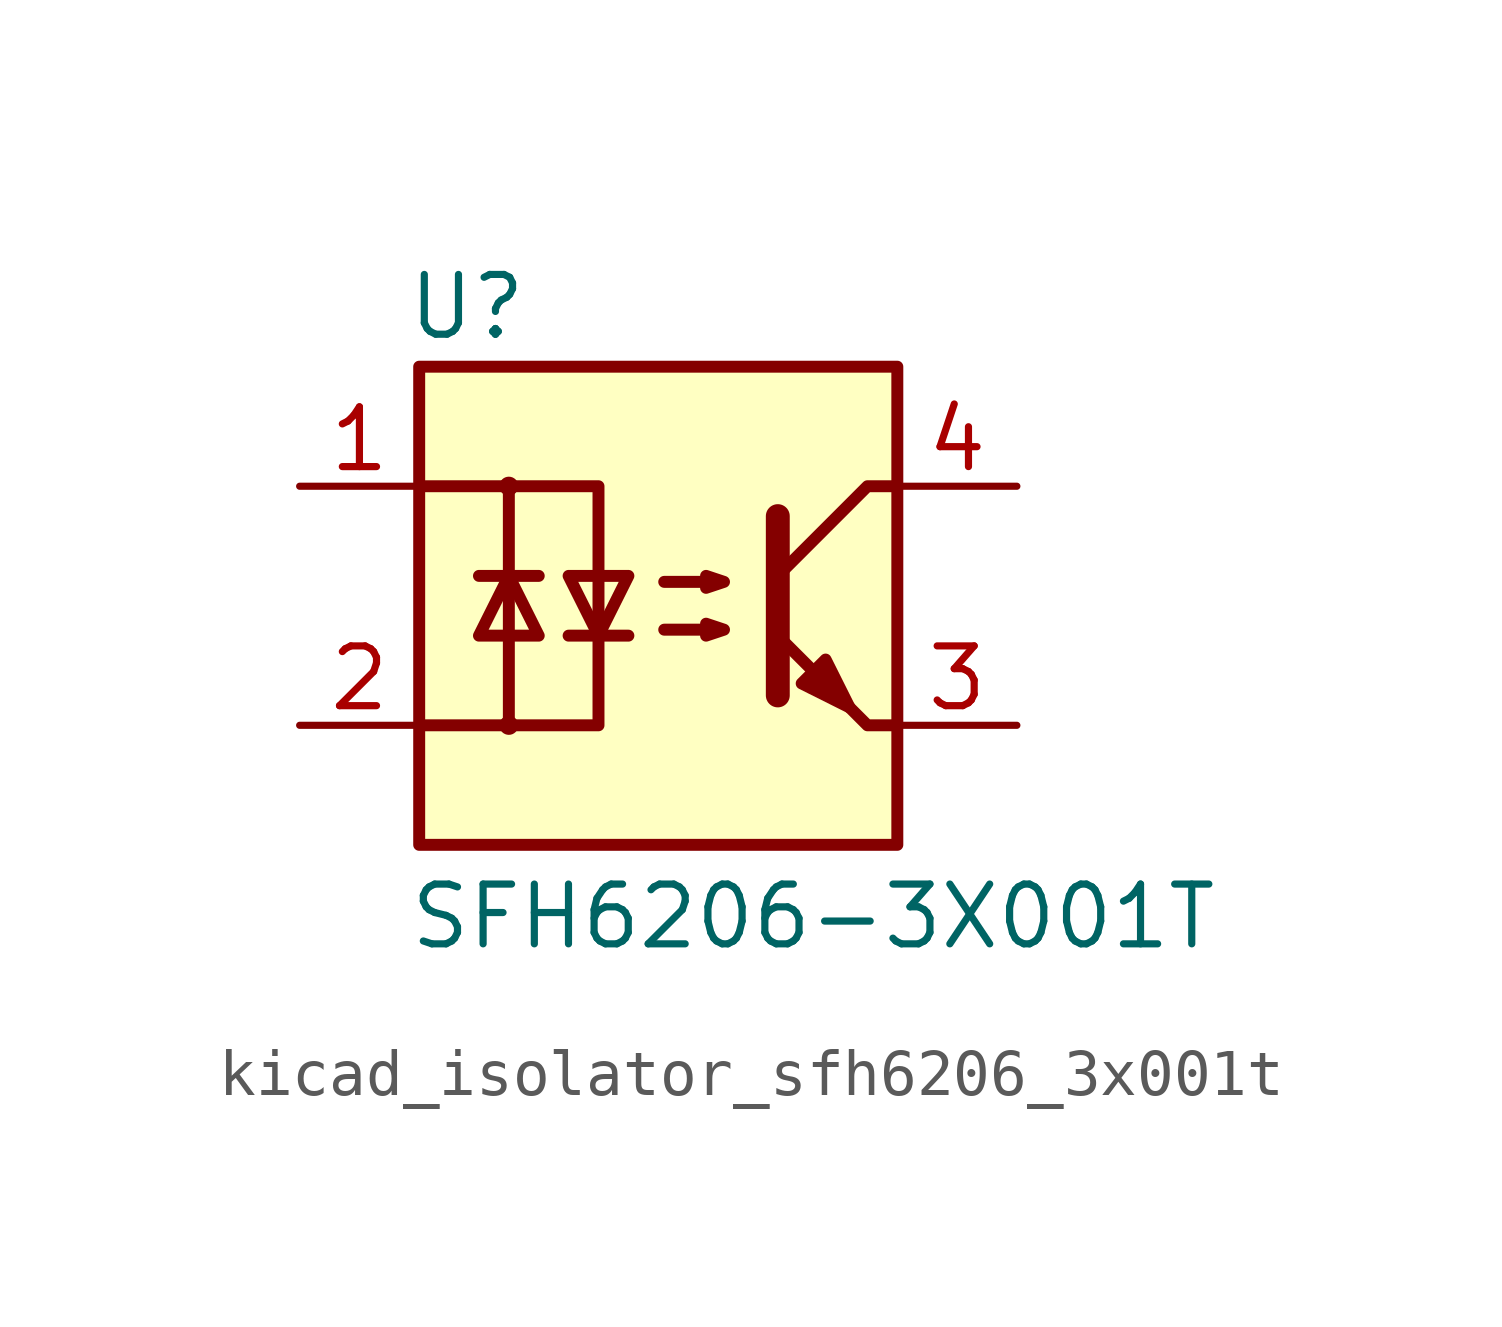
<source format=kicad_sym>
(kicad_symbol_lib
  (version 20220914)
  (generator kicad_symbol_editor)
  (symbol "kicad_isolator_sfh6206_3x001t"
    (pin_names
      (offset 1.016))
    (property "Reference" "U"
      (at -4.064 6.35 0)
      (effects (font (size 1.27 1.27))))
    (property "Value" "SFH6206-3X001T"
      (at -5.334 -6.604 0)
      (effects (font (size 1.27 1.27)) (justify left)))
    (symbol "kicad_isolator_sfh6206_3x001t_1_1"
      (rectangle (start -5.08 5.08) (end 5.08 -5.08) (stroke (width 0.254) (type default)) (fill (type background)))
      (circle (center -3.175 -2.54) (radius 0.127) (stroke (width 0) (type default)) (fill (type none)))
      (circle (center -3.175 2.54) (radius 0.127) (stroke (width 0) (type default)) (fill (type none)))
      (polyline (pts (xy -3.81 0.635) (xy -2.54 0.635)) (stroke (width 0.254) (type default)) (fill (type none)))
      (polyline (pts (xy -1.905 -0.635) (xy -0.635 -0.635)) (stroke (width 0.254) (type default)) (fill (type none)))
      (polyline (pts (xy 2.54 1.905) (xy 2.54 -1.905) (xy 2.54 -1.905)) (stroke (width 0.508) (type default)) (fill (type none)))
      (polyline (pts (xy 5.08 -2.54) (xy 4.445 -2.54) (xy 2.54 -0.635)) (stroke (width 0.254) (type default)) (fill (type none)))
      (polyline (pts (xy 5.08 2.54) (xy 4.445 2.54) (xy 2.54 0.635)) (stroke (width 0.254) (type default)) (fill (type none)))
      (polyline (pts (xy -5.08 2.54) (xy -3.175 2.54) (xy -3.175 -2.54) (xy -5.08 -2.54)) (stroke (width 0.254) (type default)) (fill (type none)))
      (polyline (pts (xy -3.175 -2.54) (xy -1.27 -2.54) (xy -1.27 2.54) (xy -3.175 2.54)) (stroke (width 0.254) (type default)) (fill (type none)))
      (polyline (pts (xy -3.175 0.635) (xy -3.81 -0.635) (xy -2.54 -0.635) (xy -3.175 0.635)) (stroke (width 0.254) (type default)) (fill (type none)))
      (polyline (pts (xy -1.27 -0.635) (xy -1.905 0.635) (xy -0.635 0.635) (xy -1.27 -0.635)) (stroke (width 0.254) (type default)) (fill (type none)))
      (polyline (pts (xy 0.127 -0.508) (xy 1.397 -0.508) (xy 1.016 -0.635) (xy 1.016 -0.381) (xy 1.397 -0.508)) (stroke (width 0.254) (type default)) (fill (type none)))
      (polyline (pts (xy 0.127 0.508) (xy 1.397 0.508) (xy 1.016 0.381) (xy 1.016 0.635) (xy 1.397 0.508)) (stroke (width 0.254) (type default)) (fill (type none)))
      (polyline (pts (xy 3.048 -1.651) (xy 3.556 -1.143) (xy 4.064 -2.159) (xy 3.048 -1.651) (xy 3.048 -1.651)) (stroke (width 0.254) (type default)) (fill (type outline)))
      (pin passive line (at -7.62 2.54 0) (length 2.54) (name "~" (effects (font (size 1.27 1.27)))) (number "1" (effects (font (size 1.27 1.27)))))
      (pin passive line (at -7.62 -2.54 0) (length 2.54) (name "~" (effects (font (size 1.27 1.27)))) (number "2" (effects (font (size 1.27 1.27)))))
      (pin passive line (at 7.62 -2.54 180) (length 2.54) (name "~" (effects (font (size 1.27 1.27)))) (number "3" (effects (font (size 1.27 1.27)))))
      (pin passive line (at 7.62 2.54 180) (length 2.54) (name "~" (effects (font (size 1.27 1.27)))) (number "4" (effects (font (size 1.27 1.27))))))))
</source>
